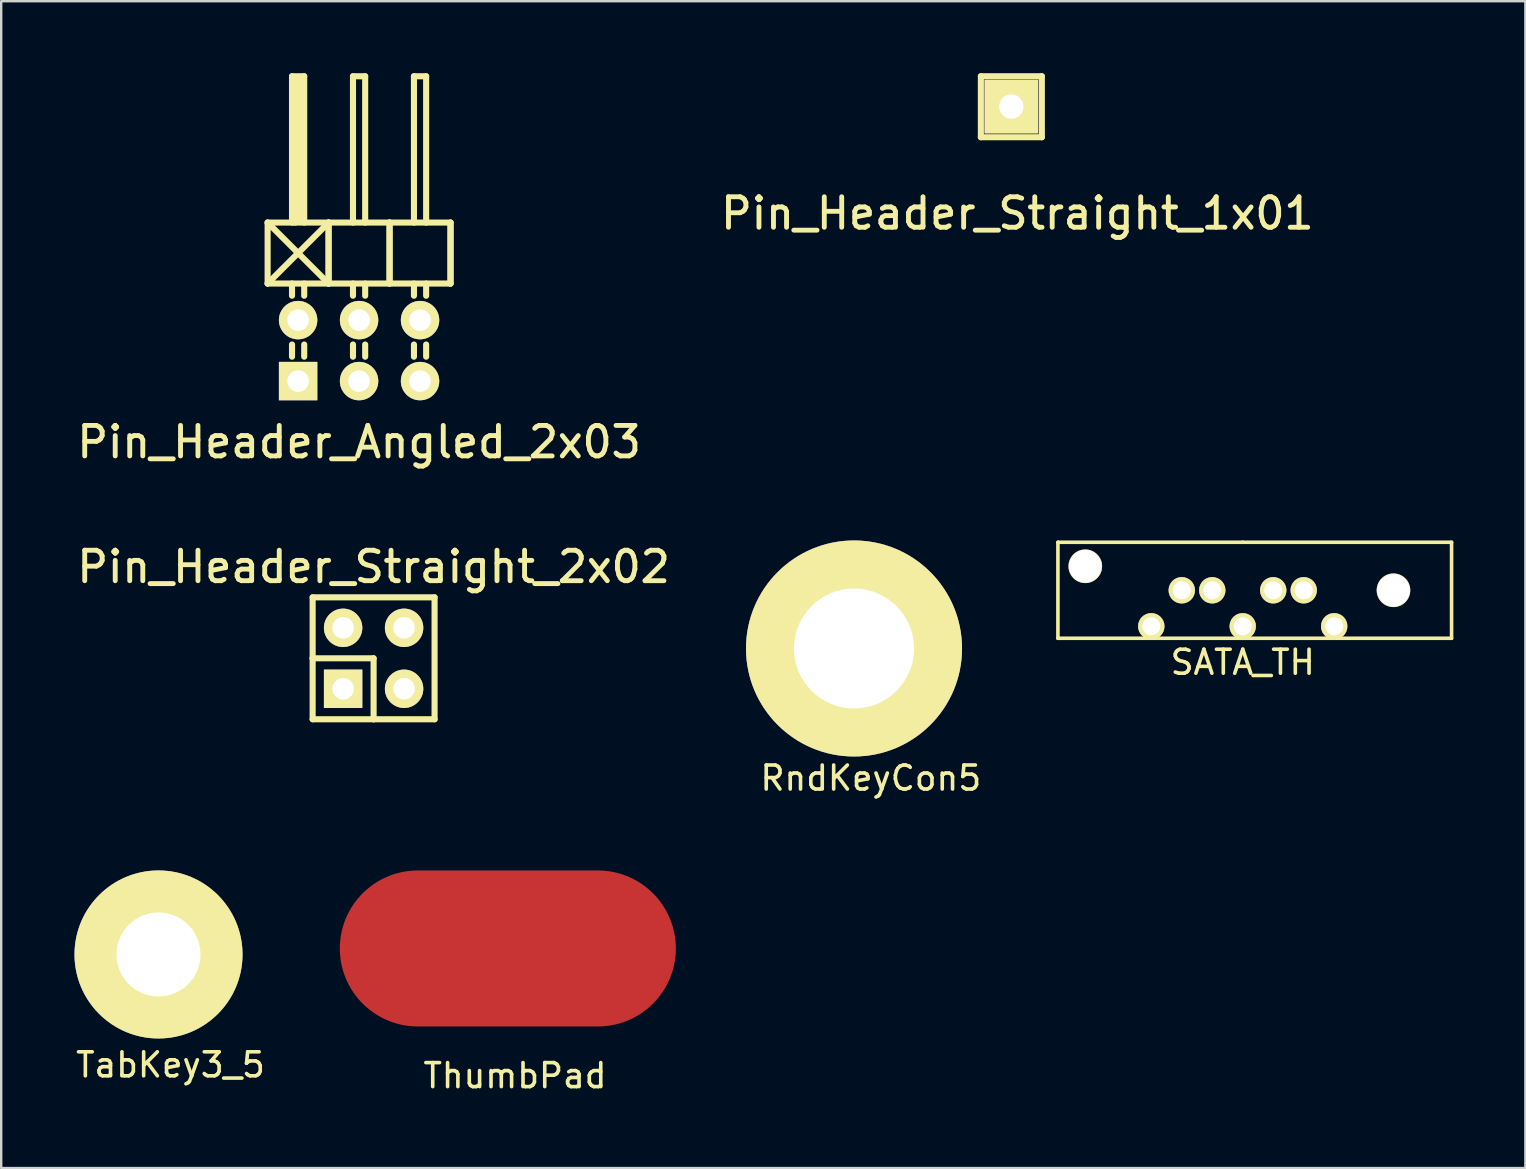
<source format=kicad_pcb>
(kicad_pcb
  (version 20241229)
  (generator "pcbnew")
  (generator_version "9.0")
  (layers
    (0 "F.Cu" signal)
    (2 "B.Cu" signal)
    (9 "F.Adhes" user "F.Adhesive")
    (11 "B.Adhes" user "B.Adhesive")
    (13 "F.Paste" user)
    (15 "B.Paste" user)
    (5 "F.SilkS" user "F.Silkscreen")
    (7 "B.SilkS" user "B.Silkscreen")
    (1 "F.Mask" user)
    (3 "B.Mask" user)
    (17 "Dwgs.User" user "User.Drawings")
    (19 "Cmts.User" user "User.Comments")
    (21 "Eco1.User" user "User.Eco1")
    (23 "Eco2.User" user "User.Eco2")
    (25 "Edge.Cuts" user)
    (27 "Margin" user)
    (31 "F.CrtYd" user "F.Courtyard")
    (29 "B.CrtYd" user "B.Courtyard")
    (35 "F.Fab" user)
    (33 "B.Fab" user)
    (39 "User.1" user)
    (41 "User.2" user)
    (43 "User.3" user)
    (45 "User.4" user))
  (footprint "SATA_TH"
    (layer "F.Cu")
    (at 48.725 21.542)
    (property "Reference" "SATA_TH" (at 0 3 0) (layer "F.SilkS") (effects (font (size 1 1) (thickness 0.15))))
    (attr through_hole)
    (fp_line (start -7.7 -2) (end 0 -2) (stroke (width 0.15) (type solid)) (layer "F.SilkS"))
    (fp_line (start -7.7 2) (end -7.7 -2) (stroke (width 0.15) (type solid)) (layer "F.SilkS"))
    (fp_line (start 0 -2) (end 8.7 -2) (stroke (width 0.15) (type solid)) (layer "F.SilkS"))
    (fp_line (start 0 2) (end -7.7 2) (stroke (width 0.15) (type solid)) (layer "F.SilkS"))
    (fp_line (start 8.7 -2) (end 8.7 2) (stroke (width 0.15) (type solid)) (layer "F.SilkS"))
    (fp_line (start 8.7 2) (end 0 2) (stroke (width 0.15) (type solid)) (layer "F.SilkS"))
    (pad "" np_thru_hole circle (at -6.56 -1) (size 1.4 1.4) (drill 1.35) (layers "*.Cu" "*.Mask" "F.SilkS"))
    (pad "" np_thru_hole circle (at 6.28 0) (size 1.4 1.4) (drill 1.35) (layers "*.Cu" "*.Mask" "F.SilkS"))
    (pad "1" thru_hole circle (at -3.81 1.5) (size 1.1 1.1) (drill 0.75) (layers "*.Cu" "*.Mask" "F.SilkS"))
    (pad "2" thru_hole circle (at -2.54 0) (size 1.1 1.1) (drill 0.75) (layers "*.Cu" "*.Mask" "F.SilkS"))
    (pad "3" thru_hole circle (at -1.27 0) (size 1.1 1.1) (drill 0.75) (layers "*.Cu" "*.Mask" "F.SilkS"))
    (pad "4" thru_hole circle (at 0 1.5) (size 1.1 1.1) (drill 0.75) (layers "*.Cu" "*.Mask" "F.SilkS"))
    (pad "5" thru_hole circle (at 1.27 0) (size 1.1 1.1) (drill 0.75) (layers "*.Cu" "*.Mask" "F.SilkS"))
    (pad "6" thru_hole circle (at 2.54 0) (size 1.1 1.1) (drill 0.75) (layers "*.Cu" "*.Mask" "F.SilkS"))
    (pad "7" thru_hole circle (at 3.81 1.5) (size 1.1 1.1) (drill 0.75) (layers "*.Cu" "*.Mask" "F.SilkS")))
  (footprint "TabKey3_5"
    (layer "F.Cu")
    (at 3.554 36.715)
    (property "Reference" "TabKey3_5" (at 0.5 4.6 0) (layer "F.SilkS") (effects (font (size 1 1) (thickness 0.15))))
    (attr through_hole)
    (pad "1" thru_hole circle (at 0 0) (size 7 7) (drill 3.5) (layers "*.Cu" "*.Mask" "F.SilkS")))
  (footprint "Pin_Header_Straight_2x02"
    (layer "F.Cu")
    (at 12.515 24.376)
    (property "Reference" "Pin_Header_Straight_2x02" (at 0 -3.81 0) (layer "F.SilkS") (effects (font (size 1.27 1.27) (thickness 0.203))))
    (attr through_hole)
    (fp_line (start -2.54 -2.54) (end 2.54 -2.54) (stroke (width 0.254) (type solid)) (layer "F.SilkS"))
    (fp_line (start -2.54 0) (end -2.54 -2.54) (stroke (width 0.254) (type solid)) (layer "F.SilkS"))
    (fp_line (start -2.54 0) (end -2.54 2.54) (stroke (width 0.254) (type solid)) (layer "F.SilkS"))
    (fp_line (start -2.54 2.54) (end 0 2.54) (stroke (width 0.254) (type solid)) (layer "F.SilkS"))
    (fp_line (start 0 0) (end -2.54 0) (stroke (width 0.254) (type solid)) (layer "F.SilkS"))
    (fp_line (start 0 2.54) (end 0 0) (stroke (width 0.254) (type solid)) (layer "F.SilkS"))
    (fp_line (start 2.54 -2.54) (end 2.54 2.54) (stroke (width 0.254) (type solid)) (layer "F.SilkS"))
    (fp_line (start 2.54 2.54) (end 0 2.54) (stroke (width 0.254) (type solid)) (layer "F.SilkS"))
    (pad "1" thru_hole rect (at -1.27 1.27) (size 1.6 1.6) (drill 0.9) (layers "*.Cu" "*.Mask" "F.SilkS"))
    (pad "2" thru_hole circle (at -1.27 -1.27) (size 1.6 1.6) (drill 0.9) (layers "*.Cu" "*.Mask" "F.SilkS"))
    (pad "3" thru_hole circle (at 1.27 1.27) (size 1.6 1.6) (drill 0.9) (layers "*.Cu" "*.Mask" "F.SilkS"))
    (pad "4" thru_hole circle (at 1.27 -1.27) (size 1.6 1.6) (drill 0.9) (layers "*.Cu" "*.Mask" "F.SilkS")))
  (footprint "Pin_Header_Straight_1x01"
    (layer "F.Cu")
    (at 39.085 1.391)
    (property "Reference" "Pin_Header_Straight_1x01" (at 0.25 4.45 0) (layer "F.SilkS") (effects (font (size 1.27 1.27) (thickness 0.203))))
    (attr through_hole)
    (fp_line (start -1.27 1.276) (end -1.27 -1.264) (stroke (width 0.254) (type solid)) (layer "F.SilkS"))
    (fp_line (start -1.27 1.276) (end 1.27 1.276) (stroke (width 0.254) (type solid)) (layer "F.SilkS"))
    (fp_line (start 1.27 -1.264) (end -1.27 -1.264) (stroke (width 0.254) (type solid)) (layer "F.SilkS"))
    (fp_line (start 1.27 1.276) (end 1.27 -1.264) (stroke (width 0.254) (type solid)) (layer "F.SilkS"))
    (pad "1" thru_hole rect (at 0 0) (size 2.235 2.235) (drill 1.016) (layers "*.Cu" "*.Mask" "F.SilkS")))
  (footprint "RndKeyCon5"
    (layer "F.Cu")
    (at 32.53 23.967)
    (property "Reference" "RndKeyCon5" (at 0.7 5.4 0) (layer "F.SilkS") (effects (font (size 1 1) (thickness 0.15))))
    (attr through_hole)
    (pad "1" thru_hole circle (at 0 0) (size 9 9) (drill 5) (layers "*.Cu" "*.Mask" "F.SilkS")))
  (footprint "Pin_Header_Angled_2x03"
    (layer "F.Cu")
    (at 11.91 11.557)
    (property "Reference" "Pin_Header_Angled_2x03" (at 0 3.81 0) (layer "F.SilkS") (effects (font (size 1.27 1.27) (thickness 0.203))))
    (attr through_hole)
    (fp_line (start -3.81 -5.334) (end -1.27 -2.794) (stroke (width 0.254) (type solid)) (layer "F.SilkS"))
    (fp_line (start -3.81 -2.794) (end -3.81 -5.334) (stroke (width 0.254) (type solid)) (layer "F.SilkS"))
    (fp_line (start -3.81 -2.794) (end -1.27 -5.334) (stroke (width 0.254) (type solid)) (layer "F.SilkS"))
    (fp_line (start -3.81 -2.794) (end -1.27 -2.794) (stroke (width 0.254) (type solid)) (layer "F.SilkS"))
    (fp_line (start -2.794 -11.43) (end -2.286 -11.43) (stroke (width 0.254) (type solid)) (layer "F.SilkS"))
    (fp_line (start -2.794 -5.334) (end -2.794 -11.43) (stroke (width 0.254) (type solid)) (layer "F.SilkS"))
    (fp_line (start -2.794 -2.794) (end -2.794 -2.286) (stroke (width 0.254) (type solid)) (layer "F.SilkS"))
    (fp_line (start -2.794 -0.254) (end -2.794 0.254) (stroke (width 0.254) (type solid)) (layer "F.SilkS"))
    (fp_line (start -2.667 -11.303) (end -2.413 -11.303) (stroke (width 0.254) (type solid)) (layer "F.SilkS"))
    (fp_line (start -2.667 -5.334) (end -2.667 -11.303) (stroke (width 0.254) (type solid)) (layer "F.SilkS"))
    (fp_line (start -2.54 -5.461) (end -2.54 -11.303) (stroke (width 0.254) (type solid)) (layer "F.SilkS"))
    (fp_line (start -2.413 -11.303) (end -2.413 -5.461) (stroke (width 0.254) (type solid)) (layer "F.SilkS"))
    (fp_line (start -2.413 -5.461) (end -2.54 -5.461) (stroke (width 0.254) (type solid)) (layer "F.SilkS"))
    (fp_line (start -2.286 -11.43) (end -2.286 -5.334) (stroke (width 0.254) (type solid)) (layer "F.SilkS"))
    (fp_line (start -2.286 -2.794) (end -2.286 -2.286) (stroke (width 0.254) (type solid)) (layer "F.SilkS"))
    (fp_line (start -2.286 -0.254) (end -2.286 0.254) (stroke (width 0.254) (type solid)) (layer "F.SilkS"))
    (fp_line (start -1.27 -5.334) (end -3.81 -5.334) (stroke (width 0.254) (type solid)) (layer "F.SilkS"))
    (fp_line (start -1.27 -2.794) (end -1.27 -5.334) (stroke (width 0.254) (type solid)) (layer "F.SilkS"))
    (fp_line (start -1.27 -2.794) (end -1.27 -5.334) (stroke (width 0.254) (type solid)) (layer "F.SilkS"))
    (fp_line (start -1.27 -2.794) (end 1.27 -2.794) (stroke (width 0.254) (type solid)) (layer "F.SilkS"))
    (fp_line (start -0.254 -11.43) (end 0.254 -11.43) (stroke (width 0.254) (type solid)) (layer "F.SilkS"))
    (fp_line (start -0.254 -5.334) (end -0.254 -11.43) (stroke (width 0.254) (type solid)) (layer "F.SilkS"))
    (fp_line (start -0.254 -2.794) (end -0.254 -2.286) (stroke (width 0.254) (type solid)) (layer "F.SilkS"))
    (fp_line (start -0.254 -0.254) (end -0.254 0.254) (stroke (width 0.254) (type solid)) (layer "F.SilkS"))
    (fp_line (start 0.254 -11.43) (end 0.254 -5.334) (stroke (width 0.254) (type solid)) (layer "F.SilkS"))
    (fp_line (start 0.254 -2.794) (end 0.254 -2.286) (stroke (width 0.254) (type solid)) (layer "F.SilkS"))
    (fp_line (start 0.254 -0.254) (end 0.254 0.254) (stroke (width 0.254) (type solid)) (layer "F.SilkS"))
    (fp_line (start 1.27 -5.334) (end -1.27 -5.334) (stroke (width 0.254) (type solid)) (layer "F.SilkS"))
    (fp_line (start 1.27 -2.794) (end 1.27 -5.334) (stroke (width 0.254) (type solid)) (layer "F.SilkS"))
    (fp_line (start 1.27 -2.794) (end 1.27 -5.334) (stroke (width 0.254) (type solid)) (layer "F.SilkS"))
    (fp_line (start 1.27 -2.794) (end 3.81 -2.794) (stroke (width 0.254) (type solid)) (layer "F.SilkS"))
    (fp_line (start 2.286 -11.43) (end 2.794 -11.43) (stroke (width 0.254) (type solid)) (layer "F.SilkS"))
    (fp_line (start 2.286 -5.334) (end 2.286 -11.43) (stroke (width 0.254) (type solid)) (layer "F.SilkS"))
    (fp_line (start 2.286 -2.794) (end 2.286 -2.286) (stroke (width 0.254) (type solid)) (layer "F.SilkS"))
    (fp_line (start 2.286 -0.254) (end 2.286 0.254) (stroke (width 0.254) (type solid)) (layer "F.SilkS"))
    (fp_line (start 2.794 -11.43) (end 2.794 -5.334) (stroke (width 0.254) (type solid)) (layer "F.SilkS"))
    (fp_line (start 2.794 -2.794) (end 2.794 -2.286) (stroke (width 0.254) (type solid)) (layer "F.SilkS"))
    (fp_line (start 2.794 -0.254) (end 2.794 0.254) (stroke (width 0.254) (type solid)) (layer "F.SilkS"))
    (fp_line (start 3.81 -5.334) (end 1.27 -5.334) (stroke (width 0.254) (type solid)) (layer "F.SilkS"))
    (fp_line (start 3.81 -2.794) (end 3.81 -5.334) (stroke (width 0.254) (type solid)) (layer "F.SilkS"))
    (fp_line (start 3.81 -2.794) (end 3.81 -5.334) (stroke (width 0.254) (type solid)) (layer "F.SilkS"))
    (pad "1" thru_hole rect (at -2.54 1.27) (size 1.6 1.6) (drill 0.9) (layers "*.Cu" "*.Mask" "F.SilkS"))
    (pad "2" thru_hole circle (at -2.54 -1.27) (size 1.6 1.6) (drill 0.9) (layers "*.Cu" "*.Mask" "F.SilkS"))
    (pad "3" thru_hole circle (at 0 1.27) (size 1.6 1.6) (drill 0.9) (layers "*.Cu" "*.Mask" "F.SilkS"))
    (pad "4" thru_hole circle (at 0 -1.27) (size 1.6 1.6) (drill 0.9) (layers "*.Cu" "*.Mask" "F.SilkS"))
    (pad "5" thru_hole circle (at 2.54 1.27) (size 1.6 1.6) (drill 0.9) (layers "*.Cu" "*.Mask" "F.SilkS"))
    (pad "6" thru_hole circle (at 2.54 -1.27) (size 1.6 1.6) (drill 0.9) (layers "*.Cu" "*.Mask" "F.SilkS")))
  (footprint "ThumbPad"
    (layer "F.Cu")
    (at 18.107 36.465)
    (property "Reference" "ThumbPad" (at 0.3 5.3 0) (layer "F.SilkS") (effects (font (size 1 1) (thickness 0.15))))
    (attr through_hole)
    (pad "1" smd oval (at 0 0) (size 14 6.5) (layers "F.Cu" "F.Mask" "F.Paste")))
  (gr_rect
    (start -3 -3)
    (end 60.5 45.613)
    (stroke (width 0.1) (type default))
    (fill no)
    (layer "Edge.Cuts")))
</source>
